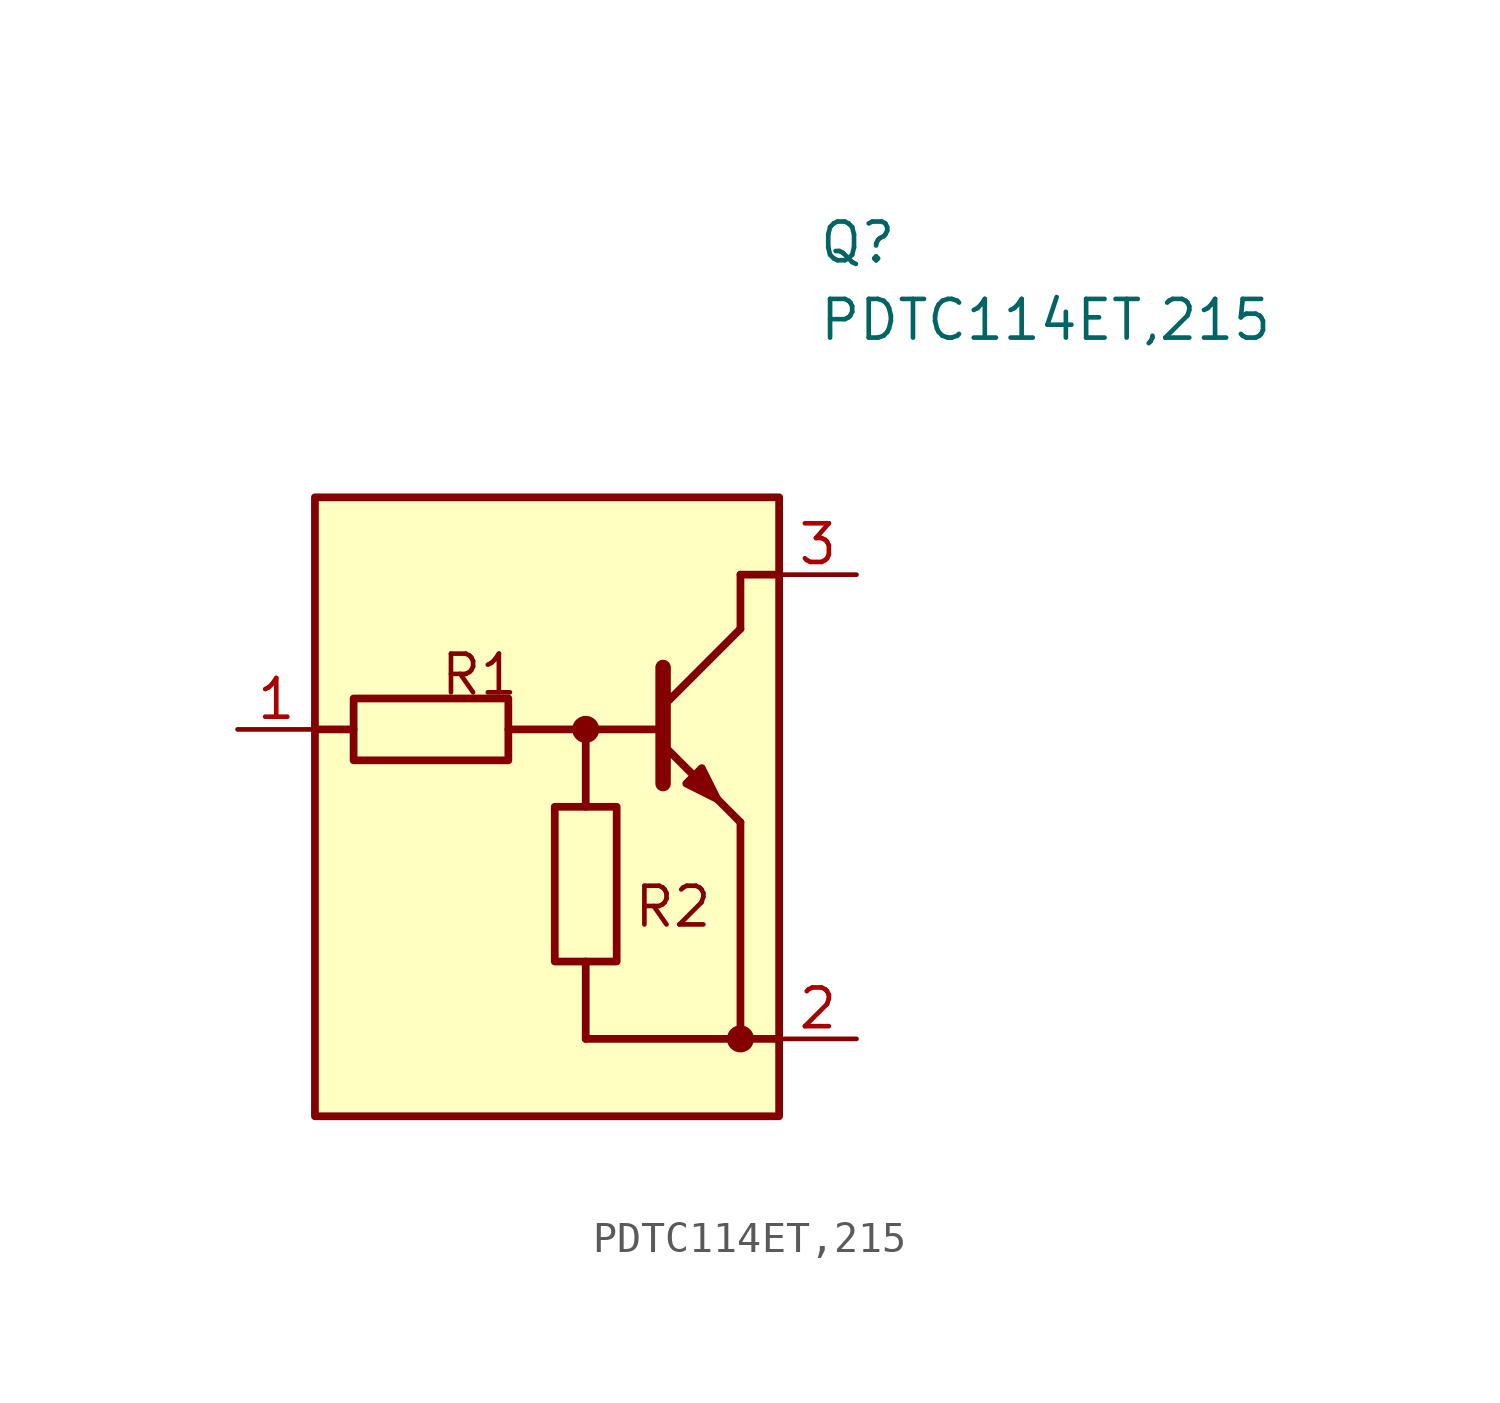
<source format=kicad_sym>
(kicad_symbol_lib
  (version 20211014)
  (generator SamacSys_ECAD_Model)
  (symbol "PDTC114ET,215"
    (pin_names hide)
    (property "Reference" "Q"
      (at 19.05 15.24 0)
      (effects (font (size 1.27 1.27)) (justify left bottom)))
    (property "Value" "PDTC114ET,215"
      (at 19.05 12.7 0)
      (effects (font (size 1.27 1.27)) (justify left bottom)))
    (rectangle
      (start 17.78 7.62)
      (end 2.54 -12.7)
      (stroke (width 0.254) (type default))
      (fill (type background)))
    (rectangle
      (start 3.81 -1.016)
      (end 8.89 1.016)
      (stroke (width 0.254) (type default))
      (fill (type background)))
    (rectangle
      (start 12.446 -7.62)
      (end 10.414 -2.54)
      (stroke (width 0.254) (type default))
      (fill (type background)))
    (polyline
      (pts (xy 13.97 2.032) (xy 13.97 -1.778))
      (stroke (width 0.508) (type default))
      (fill (type none)))
    (polyline
      (pts (xy 13.97 0.762) (xy 16.51 3.302))
      (stroke (width 0.254) (type default))
      (fill (type none)))
    (polyline
      (pts (xy 13.97 -0.508) (xy 16.51 -3.048))
      (stroke (width 0.254) (type default))
      (fill (type none)))
    (polyline
      (pts (xy 11.43 -2.54) (xy 11.43 0))
      (stroke (width 0.254) (type default))
      (fill (type none)))
    (polyline
      (pts (xy 8.89 0) (xy 11.43 0))
      (stroke (width 0.254) (type default))
      (fill (type none)))
    (polyline
      (pts (xy 11.43 0) (xy 13.97 0))
      (stroke (width 0.254) (type default))
      (fill (type none)))
    (polyline
      (pts (xy 16.51 3.302) (xy 16.51 5.08))
      (stroke (width 0.254) (type default))
      (fill (type none)))
    (polyline
      (pts (xy 17.78 5.08) (xy 16.51 5.08))
      (stroke (width 0.254) (type default))
      (fill (type none)))
    (polyline
      (pts (xy 16.51 -3.048) (xy 16.51 -10.16))
      (stroke (width 0.254) (type default))
      (fill (type none)))
    (polyline
      (pts (xy 11.43 -7.62) (xy 11.43 -10.16))
      (stroke (width 0.254) (type default))
      (fill (type none)))
    (polyline
      (pts (xy 17.78 -10.16) (xy 11.43 -10.16))
      (stroke (width 0.254) (type default))
      (fill (type none)))
    (polyline
      (pts (xy 2.54 0) (xy 3.81 0))
      (stroke (width 0.254) (type default))
      (fill (type none)))
    (circle
      (center 11.43 0)
      (radius 0.254)
      (stroke (width 0.381) (type default))
      (fill (type none)))
    (circle
      (center 16.51 -10.16)
      (radius 0.254)
      (stroke (width 0.381) (type default))
      (fill (type none)))
    (polyline
      (pts (xy 14.732 -1.778) (xy 15.24 -1.27) (xy 15.748 -2.286) (xy 14.732 -1.778))
      (stroke (width 0.254) (type default))
      (fill (type outline)))
    (text "R1"
      (at 6.604 2.54 0)
      (effects (font (size 1.27 1.27)) (justify left top)))
    (text "R2"
      (at 12.954 -5.08 0)
      (effects (font (size 1.27 1.27)) (justify left top)))
    (pin passive line
      (at 0 0 0)
      (length 2.54)
      (name "B" (effects (font (size 1.27 1.27))))
      (number "1" (effects (font (size 1.27 1.27)))))
    (pin passive line
      (at 20.32 -10.16 180)
      (length 2.54)
      (name "E" (effects (font (size 1.27 1.27))))
      (number "2" (effects (font (size 1.27 1.27)))))
    (pin passive line
      (at 20.32 5.08 180)
      (length 2.54)
      (name "C" (effects (font (size 1.27 1.27))))
      (number "3" (effects (font (size 1.27 1.27)))))))
</source>
